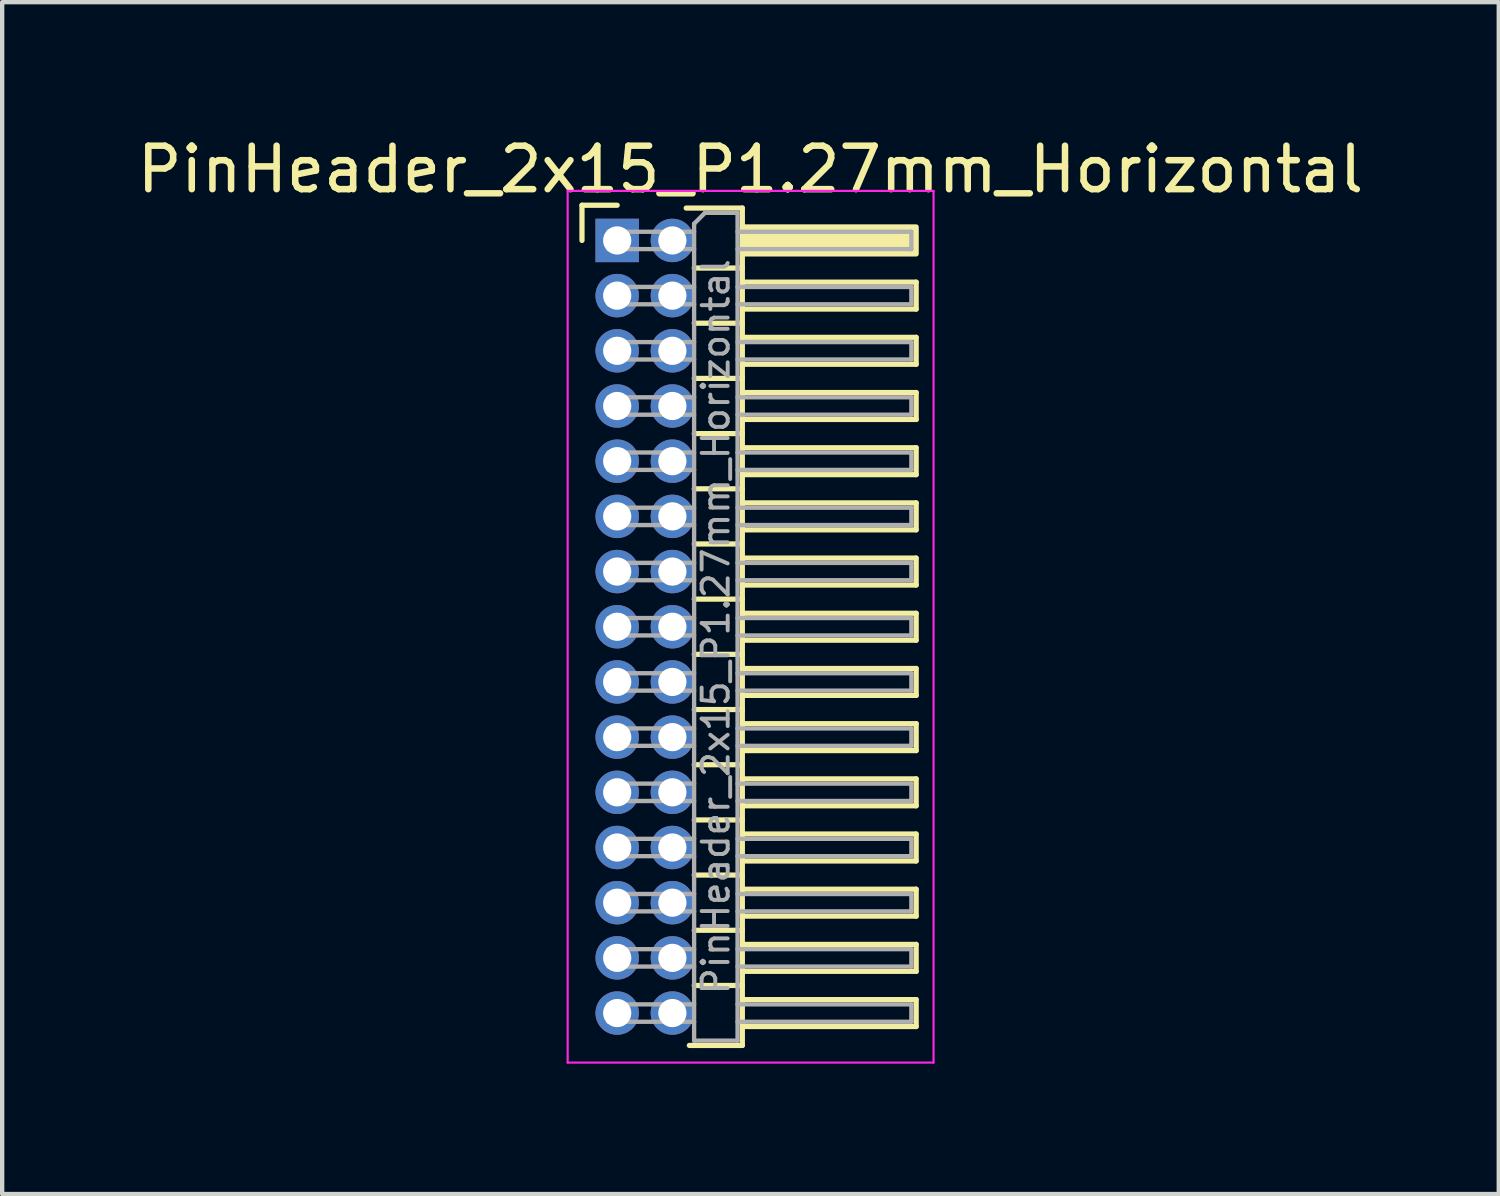
<source format=kicad_pcb>
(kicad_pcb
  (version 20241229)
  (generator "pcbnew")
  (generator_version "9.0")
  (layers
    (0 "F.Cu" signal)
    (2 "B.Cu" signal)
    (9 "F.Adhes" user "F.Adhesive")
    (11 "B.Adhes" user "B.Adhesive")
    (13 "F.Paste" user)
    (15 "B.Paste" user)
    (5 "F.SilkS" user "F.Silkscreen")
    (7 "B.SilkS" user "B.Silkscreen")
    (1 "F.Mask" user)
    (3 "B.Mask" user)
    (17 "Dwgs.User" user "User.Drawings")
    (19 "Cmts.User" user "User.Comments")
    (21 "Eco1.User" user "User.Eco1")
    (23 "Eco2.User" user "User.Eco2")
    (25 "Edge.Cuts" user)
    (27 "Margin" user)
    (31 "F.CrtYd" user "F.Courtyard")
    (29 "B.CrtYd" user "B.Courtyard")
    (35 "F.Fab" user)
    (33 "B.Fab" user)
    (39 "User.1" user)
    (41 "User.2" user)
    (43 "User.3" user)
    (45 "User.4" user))
  (footprint "PinHeader_2x15_P1.27mm_Horizontal"
    (layer "F.Cu")
    (at 11.153 2.483)
    (property "Reference" "PinHeader_2x15_P1.27mm_Horizontal" (at 3.067 -1.635 0) (layer "F.SilkS") (effects (font (size 1 1) (thickness 0.15))))
    (attr through_hole)
    (fp_line (start -0.81 -0.81) (end 0 -0.81) (stroke (width 0.12) (type solid)) (layer "F.SilkS"))
    (fp_line (start -0.81 0) (end -0.81 -0.81) (stroke (width 0.12) (type solid)) (layer "F.SilkS"))
    (fp_line (start 1.588 -0.745) (end 2.88 -0.745) (stroke (width 0.12) (type solid)) (layer "F.SilkS"))
    (fp_line (start 1.773 0.635) (end 2.88 0.635) (stroke (width 0.12) (type solid)) (layer "F.SilkS"))
    (fp_line (start 1.773 1.905) (end 2.88 1.905) (stroke (width 0.12) (type solid)) (layer "F.SilkS"))
    (fp_line (start 1.773 3.175) (end 2.88 3.175) (stroke (width 0.12) (type solid)) (layer "F.SilkS"))
    (fp_line (start 1.773 4.445) (end 2.88 4.445) (stroke (width 0.12) (type solid)) (layer "F.SilkS"))
    (fp_line (start 1.773 5.715) (end 2.88 5.715) (stroke (width 0.12) (type solid)) (layer "F.SilkS"))
    (fp_line (start 1.773 6.985) (end 2.88 6.985) (stroke (width 0.12) (type solid)) (layer "F.SilkS"))
    (fp_line (start 1.773 8.255) (end 2.88 8.255) (stroke (width 0.12) (type solid)) (layer "F.SilkS"))
    (fp_line (start 1.773 9.525) (end 2.88 9.525) (stroke (width 0.12) (type solid)) (layer "F.SilkS"))
    (fp_line (start 1.773 10.795) (end 2.88 10.795) (stroke (width 0.12) (type solid)) (layer "F.SilkS"))
    (fp_line (start 1.773 12.065) (end 2.88 12.065) (stroke (width 0.12) (type solid)) (layer "F.SilkS"))
    (fp_line (start 1.773 13.335) (end 2.88 13.335) (stroke (width 0.12) (type solid)) (layer "F.SilkS"))
    (fp_line (start 1.773 14.605) (end 2.88 14.605) (stroke (width 0.12) (type solid)) (layer "F.SilkS"))
    (fp_line (start 1.773 15.875) (end 2.88 15.875) (stroke (width 0.12) (type solid)) (layer "F.SilkS"))
    (fp_line (start 1.773 17.145) (end 2.88 17.145) (stroke (width 0.12) (type solid)) (layer "F.SilkS"))
    (fp_line (start 2.88 -0.745) (end 2.88 18.525) (stroke (width 0.12) (type solid)) (layer "F.SilkS"))
    (fp_line (start 2.88 0.96) (end 6.88 0.96) (stroke (width 0.12) (type solid)) (layer "F.SilkS"))
    (fp_line (start 2.88 2.23) (end 6.88 2.23) (stroke (width 0.12) (type solid)) (layer "F.SilkS"))
    (fp_line (start 2.88 3.5) (end 6.88 3.5) (stroke (width 0.12) (type solid)) (layer "F.SilkS"))
    (fp_line (start 2.88 4.77) (end 6.88 4.77) (stroke (width 0.12) (type solid)) (layer "F.SilkS"))
    (fp_line (start 2.88 6.04) (end 6.88 6.04) (stroke (width 0.12) (type solid)) (layer "F.SilkS"))
    (fp_line (start 2.88 7.31) (end 6.88 7.31) (stroke (width 0.12) (type solid)) (layer "F.SilkS"))
    (fp_line (start 2.88 8.58) (end 6.88 8.58) (stroke (width 0.12) (type solid)) (layer "F.SilkS"))
    (fp_line (start 2.88 9.85) (end 6.88 9.85) (stroke (width 0.12) (type solid)) (layer "F.SilkS"))
    (fp_line (start 2.88 11.12) (end 6.88 11.12) (stroke (width 0.12) (type solid)) (layer "F.SilkS"))
    (fp_line (start 2.88 12.39) (end 6.88 12.39) (stroke (width 0.12) (type solid)) (layer "F.SilkS"))
    (fp_line (start 2.88 13.66) (end 6.88 13.66) (stroke (width 0.12) (type solid)) (layer "F.SilkS"))
    (fp_line (start 2.88 14.93) (end 6.88 14.93) (stroke (width 0.12) (type solid)) (layer "F.SilkS"))
    (fp_line (start 2.88 16.2) (end 6.88 16.2) (stroke (width 0.12) (type solid)) (layer "F.SilkS"))
    (fp_line (start 2.88 17.47) (end 6.88 17.47) (stroke (width 0.12) (type solid)) (layer "F.SilkS"))
    (fp_line (start 2.88 18.525) (end 1.66 18.525) (stroke (width 0.12) (type solid)) (layer "F.SilkS"))
    (fp_line (start 6.88 0.96) (end 6.88 1.58) (stroke (width 0.12) (type solid)) (layer "F.SilkS"))
    (fp_line (start 6.88 1.58) (end 2.88 1.58) (stroke (width 0.12) (type solid)) (layer "F.SilkS"))
    (fp_line (start 6.88 2.23) (end 6.88 2.85) (stroke (width 0.12) (type solid)) (layer "F.SilkS"))
    (fp_line (start 6.88 2.85) (end 2.88 2.85) (stroke (width 0.12) (type solid)) (layer "F.SilkS"))
    (fp_line (start 6.88 3.5) (end 6.88 4.12) (stroke (width 0.12) (type solid)) (layer "F.SilkS"))
    (fp_line (start 6.88 4.12) (end 2.88 4.12) (stroke (width 0.12) (type solid)) (layer "F.SilkS"))
    (fp_line (start 6.88 4.77) (end 6.88 5.39) (stroke (width 0.12) (type solid)) (layer "F.SilkS"))
    (fp_line (start 6.88 5.39) (end 2.88 5.39) (stroke (width 0.12) (type solid)) (layer "F.SilkS"))
    (fp_line (start 6.88 6.04) (end 6.88 6.66) (stroke (width 0.12) (type solid)) (layer "F.SilkS"))
    (fp_line (start 6.88 6.66) (end 2.88 6.66) (stroke (width 0.12) (type solid)) (layer "F.SilkS"))
    (fp_line (start 6.88 7.31) (end 6.88 7.93) (stroke (width 0.12) (type solid)) (layer "F.SilkS"))
    (fp_line (start 6.88 7.93) (end 2.88 7.93) (stroke (width 0.12) (type solid)) (layer "F.SilkS"))
    (fp_line (start 6.88 8.58) (end 6.88 9.2) (stroke (width 0.12) (type solid)) (layer "F.SilkS"))
    (fp_line (start 6.88 9.2) (end 2.88 9.2) (stroke (width 0.12) (type solid)) (layer "F.SilkS"))
    (fp_line (start 6.88 9.85) (end 6.88 10.47) (stroke (width 0.12) (type solid)) (layer "F.SilkS"))
    (fp_line (start 6.88 10.47) (end 2.88 10.47) (stroke (width 0.12) (type solid)) (layer "F.SilkS"))
    (fp_line (start 6.88 11.12) (end 6.88 11.74) (stroke (width 0.12) (type solid)) (layer "F.SilkS"))
    (fp_line (start 6.88 11.74) (end 2.88 11.74) (stroke (width 0.12) (type solid)) (layer "F.SilkS"))
    (fp_line (start 6.88 12.39) (end 6.88 13.01) (stroke (width 0.12) (type solid)) (layer "F.SilkS"))
    (fp_line (start 6.88 13.01) (end 2.88 13.01) (stroke (width 0.12) (type solid)) (layer "F.SilkS"))
    (fp_line (start 6.88 13.66) (end 6.88 14.28) (stroke (width 0.12) (type solid)) (layer "F.SilkS"))
    (fp_line (start 6.88 14.28) (end 2.88 14.28) (stroke (width 0.12) (type solid)) (layer "F.SilkS"))
    (fp_line (start 6.88 14.93) (end 6.88 15.55) (stroke (width 0.12) (type solid)) (layer "F.SilkS"))
    (fp_line (start 6.88 15.55) (end 2.88 15.55) (stroke (width 0.12) (type solid)) (layer "F.SilkS"))
    (fp_line (start 6.88 16.2) (end 6.88 16.82) (stroke (width 0.12) (type solid)) (layer "F.SilkS"))
    (fp_line (start 6.88 16.82) (end 2.88 16.82) (stroke (width 0.12) (type solid)) (layer "F.SilkS"))
    (fp_line (start 6.88 17.47) (end 6.88 18.09) (stroke (width 0.12) (type solid)) (layer "F.SilkS"))
    (fp_line (start 6.88 18.09) (end 2.88 18.09) (stroke (width 0.12) (type solid)) (layer "F.SilkS"))
    (fp_rect (start 2.88 -0.31) (end 6.88 0.31) (stroke (width 0.12) (type solid)) (fill yes) (layer "F.SilkS"))
    (fp_line (start -1.14 -1.14) (end -1.14 18.92) (stroke (width 0.05) (type solid)) (layer "F.CrtYd"))
    (fp_line (start -1.14 18.92) (end 7.28 18.92) (stroke (width 0.05) (type solid)) (layer "F.CrtYd"))
    (fp_line (start 7.28 -1.14) (end -1.14 -1.14) (stroke (width 0.05) (type solid)) (layer "F.CrtYd"))
    (fp_line (start 7.28 18.92) (end 7.28 -1.14) (stroke (width 0.05) (type solid)) (layer "F.CrtYd"))
    (fp_line (start -0.2 -0.2) (end -0.2 0.2) (stroke (width 0.1) (type solid)) (layer "F.Fab"))
    (fp_line (start -0.2 -0.2) (end 1.77 -0.2) (stroke (width 0.1) (type solid)) (layer "F.Fab"))
    (fp_line (start -0.2 0.2) (end 1.77 0.2) (stroke (width 0.1) (type solid)) (layer "F.Fab"))
    (fp_line (start -0.2 1.07) (end -0.2 1.47) (stroke (width 0.1) (type solid)) (layer "F.Fab"))
    (fp_line (start -0.2 1.07) (end 1.77 1.07) (stroke (width 0.1) (type solid)) (layer "F.Fab"))
    (fp_line (start -0.2 1.47) (end 1.77 1.47) (stroke (width 0.1) (type solid)) (layer "F.Fab"))
    (fp_line (start -0.2 2.34) (end -0.2 2.74) (stroke (width 0.1) (type solid)) (layer "F.Fab"))
    (fp_line (start -0.2 2.34) (end 1.77 2.34) (stroke (width 0.1) (type solid)) (layer "F.Fab"))
    (fp_line (start -0.2 2.74) (end 1.77 2.74) (stroke (width 0.1) (type solid)) (layer "F.Fab"))
    (fp_line (start -0.2 3.61) (end -0.2 4.01) (stroke (width 0.1) (type solid)) (layer "F.Fab"))
    (fp_line (start -0.2 3.61) (end 1.77 3.61) (stroke (width 0.1) (type solid)) (layer "F.Fab"))
    (fp_line (start -0.2 4.01) (end 1.77 4.01) (stroke (width 0.1) (type solid)) (layer "F.Fab"))
    (fp_line (start -0.2 4.88) (end -0.2 5.28) (stroke (width 0.1) (type solid)) (layer "F.Fab"))
    (fp_line (start -0.2 4.88) (end 1.77 4.88) (stroke (width 0.1) (type solid)) (layer "F.Fab"))
    (fp_line (start -0.2 5.28) (end 1.77 5.28) (stroke (width 0.1) (type solid)) (layer "F.Fab"))
    (fp_line (start -0.2 6.15) (end -0.2 6.55) (stroke (width 0.1) (type solid)) (layer "F.Fab"))
    (fp_line (start -0.2 6.15) (end 1.77 6.15) (stroke (width 0.1) (type solid)) (layer "F.Fab"))
    (fp_line (start -0.2 6.55) (end 1.77 6.55) (stroke (width 0.1) (type solid)) (layer "F.Fab"))
    (fp_line (start -0.2 7.42) (end -0.2 7.82) (stroke (width 0.1) (type solid)) (layer "F.Fab"))
    (fp_line (start -0.2 7.42) (end 1.77 7.42) (stroke (width 0.1) (type solid)) (layer "F.Fab"))
    (fp_line (start -0.2 7.82) (end 1.77 7.82) (stroke (width 0.1) (type solid)) (layer "F.Fab"))
    (fp_line (start -0.2 8.69) (end -0.2 9.09) (stroke (width 0.1) (type solid)) (layer "F.Fab"))
    (fp_line (start -0.2 8.69) (end 1.77 8.69) (stroke (width 0.1) (type solid)) (layer "F.Fab"))
    (fp_line (start -0.2 9.09) (end 1.77 9.09) (stroke (width 0.1) (type solid)) (layer "F.Fab"))
    (fp_line (start -0.2 9.96) (end -0.2 10.36) (stroke (width 0.1) (type solid)) (layer "F.Fab"))
    (fp_line (start -0.2 9.96) (end 1.77 9.96) (stroke (width 0.1) (type solid)) (layer "F.Fab"))
    (fp_line (start -0.2 10.36) (end 1.77 10.36) (stroke (width 0.1) (type solid)) (layer "F.Fab"))
    (fp_line (start -0.2 11.23) (end -0.2 11.63) (stroke (width 0.1) (type solid)) (layer "F.Fab"))
    (fp_line (start -0.2 11.23) (end 1.77 11.23) (stroke (width 0.1) (type solid)) (layer "F.Fab"))
    (fp_line (start -0.2 11.63) (end 1.77 11.63) (stroke (width 0.1) (type solid)) (layer "F.Fab"))
    (fp_line (start -0.2 12.5) (end -0.2 12.9) (stroke (width 0.1) (type solid)) (layer "F.Fab"))
    (fp_line (start -0.2 12.5) (end 1.77 12.5) (stroke (width 0.1) (type solid)) (layer "F.Fab"))
    (fp_line (start -0.2 12.9) (end 1.77 12.9) (stroke (width 0.1) (type solid)) (layer "F.Fab"))
    (fp_line (start -0.2 13.77) (end -0.2 14.17) (stroke (width 0.1) (type solid)) (layer "F.Fab"))
    (fp_line (start -0.2 13.77) (end 1.77 13.77) (stroke (width 0.1) (type solid)) (layer "F.Fab"))
    (fp_line (start -0.2 14.17) (end 1.77 14.17) (stroke (width 0.1) (type solid)) (layer "F.Fab"))
    (fp_line (start -0.2 15.04) (end -0.2 15.44) (stroke (width 0.1) (type solid)) (layer "F.Fab"))
    (fp_line (start -0.2 15.04) (end 1.77 15.04) (stroke (width 0.1) (type solid)) (layer "F.Fab"))
    (fp_line (start -0.2 15.44) (end 1.77 15.44) (stroke (width 0.1) (type solid)) (layer "F.Fab"))
    (fp_line (start -0.2 16.31) (end -0.2 16.71) (stroke (width 0.1) (type solid)) (layer "F.Fab"))
    (fp_line (start -0.2 16.31) (end 1.77 16.31) (stroke (width 0.1) (type solid)) (layer "F.Fab"))
    (fp_line (start -0.2 16.71) (end 1.77 16.71) (stroke (width 0.1) (type solid)) (layer "F.Fab"))
    (fp_line (start -0.2 17.58) (end -0.2 17.98) (stroke (width 0.1) (type solid)) (layer "F.Fab"))
    (fp_line (start -0.2 17.58) (end 1.77 17.58) (stroke (width 0.1) (type solid)) (layer "F.Fab"))
    (fp_line (start -0.2 17.98) (end 1.77 17.98) (stroke (width 0.1) (type solid)) (layer "F.Fab"))
    (fp_line (start 1.77 -0.385) (end 2.02 -0.635) (stroke (width 0.1) (type solid)) (layer "F.Fab"))
    (fp_line (start 1.77 18.415) (end 1.77 -0.385) (stroke (width 0.1) (type solid)) (layer "F.Fab"))
    (fp_line (start 2.02 -0.635) (end 2.77 -0.635) (stroke (width 0.1) (type solid)) (layer "F.Fab"))
    (fp_line (start 2.77 -0.635) (end 2.77 18.415) (stroke (width 0.1) (type solid)) (layer "F.Fab"))
    (fp_line (start 2.77 -0.2) (end 6.77 -0.2) (stroke (width 0.1) (type solid)) (layer "F.Fab"))
    (fp_line (start 2.77 0.2) (end 6.77 0.2) (stroke (width 0.1) (type solid)) (layer "F.Fab"))
    (fp_line (start 2.77 1.07) (end 6.77 1.07) (stroke (width 0.1) (type solid)) (layer "F.Fab"))
    (fp_line (start 2.77 1.47) (end 6.77 1.47) (stroke (width 0.1) (type solid)) (layer "F.Fab"))
    (fp_line (start 2.77 2.34) (end 6.77 2.34) (stroke (width 0.1) (type solid)) (layer "F.Fab"))
    (fp_line (start 2.77 2.74) (end 6.77 2.74) (stroke (width 0.1) (type solid)) (layer "F.Fab"))
    (fp_line (start 2.77 3.61) (end 6.77 3.61) (stroke (width 0.1) (type solid)) (layer "F.Fab"))
    (fp_line (start 2.77 4.01) (end 6.77 4.01) (stroke (width 0.1) (type solid)) (layer "F.Fab"))
    (fp_line (start 2.77 4.88) (end 6.77 4.88) (stroke (width 0.1) (type solid)) (layer "F.Fab"))
    (fp_line (start 2.77 5.28) (end 6.77 5.28) (stroke (width 0.1) (type solid)) (layer "F.Fab"))
    (fp_line (start 2.77 6.15) (end 6.77 6.15) (stroke (width 0.1) (type solid)) (layer "F.Fab"))
    (fp_line (start 2.77 6.55) (end 6.77 6.55) (stroke (width 0.1) (type solid)) (layer "F.Fab"))
    (fp_line (start 2.77 7.42) (end 6.77 7.42) (stroke (width 0.1) (type solid)) (layer "F.Fab"))
    (fp_line (start 2.77 7.82) (end 6.77 7.82) (stroke (width 0.1) (type solid)) (layer "F.Fab"))
    (fp_line (start 2.77 8.69) (end 6.77 8.69) (stroke (width 0.1) (type solid)) (layer "F.Fab"))
    (fp_line (start 2.77 9.09) (end 6.77 9.09) (stroke (width 0.1) (type solid)) (layer "F.Fab"))
    (fp_line (start 2.77 9.96) (end 6.77 9.96) (stroke (width 0.1) (type solid)) (layer "F.Fab"))
    (fp_line (start 2.77 10.36) (end 6.77 10.36) (stroke (width 0.1) (type solid)) (layer "F.Fab"))
    (fp_line (start 2.77 11.23) (end 6.77 11.23) (stroke (width 0.1) (type solid)) (layer "F.Fab"))
    (fp_line (start 2.77 11.63) (end 6.77 11.63) (stroke (width 0.1) (type solid)) (layer "F.Fab"))
    (fp_line (start 2.77 12.5) (end 6.77 12.5) (stroke (width 0.1) (type solid)) (layer "F.Fab"))
    (fp_line (start 2.77 12.9) (end 6.77 12.9) (stroke (width 0.1) (type solid)) (layer "F.Fab"))
    (fp_line (start 2.77 13.77) (end 6.77 13.77) (stroke (width 0.1) (type solid)) (layer "F.Fab"))
    (fp_line (start 2.77 14.17) (end 6.77 14.17) (stroke (width 0.1) (type solid)) (layer "F.Fab"))
    (fp_line (start 2.77 15.04) (end 6.77 15.04) (stroke (width 0.1) (type solid)) (layer "F.Fab"))
    (fp_line (start 2.77 15.44) (end 6.77 15.44) (stroke (width 0.1) (type solid)) (layer "F.Fab"))
    (fp_line (start 2.77 16.31) (end 6.77 16.31) (stroke (width 0.1) (type solid)) (layer "F.Fab"))
    (fp_line (start 2.77 16.71) (end 6.77 16.71) (stroke (width 0.1) (type solid)) (layer "F.Fab"))
    (fp_line (start 2.77 17.58) (end 6.77 17.58) (stroke (width 0.1) (type solid)) (layer "F.Fab"))
    (fp_line (start 2.77 17.98) (end 6.77 17.98) (stroke (width 0.1) (type solid)) (layer "F.Fab"))
    (fp_line (start 2.77 18.415) (end 1.77 18.415) (stroke (width 0.1) (type solid)) (layer "F.Fab"))
    (fp_line (start 6.77 -0.2) (end 6.77 0.2) (stroke (width 0.1) (type solid)) (layer "F.Fab"))
    (fp_line (start 6.77 1.07) (end 6.77 1.47) (stroke (width 0.1) (type solid)) (layer "F.Fab"))
    (fp_line (start 6.77 2.34) (end 6.77 2.74) (stroke (width 0.1) (type solid)) (layer "F.Fab"))
    (fp_line (start 6.77 3.61) (end 6.77 4.01) (stroke (width 0.1) (type solid)) (layer "F.Fab"))
    (fp_line (start 6.77 4.88) (end 6.77 5.28) (stroke (width 0.1) (type solid)) (layer "F.Fab"))
    (fp_line (start 6.77 6.15) (end 6.77 6.55) (stroke (width 0.1) (type solid)) (layer "F.Fab"))
    (fp_line (start 6.77 7.42) (end 6.77 7.82) (stroke (width 0.1) (type solid)) (layer "F.Fab"))
    (fp_line (start 6.77 8.69) (end 6.77 9.09) (stroke (width 0.1) (type solid)) (layer "F.Fab"))
    (fp_line (start 6.77 9.96) (end 6.77 10.36) (stroke (width 0.1) (type solid)) (layer "F.Fab"))
    (fp_line (start 6.77 11.23) (end 6.77 11.63) (stroke (width 0.1) (type solid)) (layer "F.Fab"))
    (fp_line (start 6.77 12.5) (end 6.77 12.9) (stroke (width 0.1) (type solid)) (layer "F.Fab"))
    (fp_line (start 6.77 13.77) (end 6.77 14.17) (stroke (width 0.1) (type solid)) (layer "F.Fab"))
    (fp_line (start 6.77 15.04) (end 6.77 15.44) (stroke (width 0.1) (type solid)) (layer "F.Fab"))
    (fp_line (start 6.77 16.31) (end 6.77 16.71) (stroke (width 0.1) (type solid)) (layer "F.Fab"))
    (fp_line (start 6.77 17.58) (end 6.77 17.98) (stroke (width 0.1) (type solid)) (layer "F.Fab"))
    (fp_text user "${REFERENCE}" (at 2.27 8.89 90) (layer "F.Fab") (effects (font (size 0.6 0.6) (thickness 0.09))))
    (pad "1" thru_hole rect (at 0 0) (size 1 1) (drill 0.65) (layers "*.Cu" "*.Mask"))
    (pad "2" thru_hole circle (at 1.27 0) (size 1 1) (drill 0.65) (layers "*.Cu" "*.Mask"))
    (pad "3" thru_hole circle (at 0 1.27) (size 1 1) (drill 0.65) (layers "*.Cu" "*.Mask"))
    (pad "4" thru_hole circle (at 1.27 1.27) (size 1 1) (drill 0.65) (layers "*.Cu" "*.Mask"))
    (pad "5" thru_hole circle (at 0 2.54) (size 1 1) (drill 0.65) (layers "*.Cu" "*.Mask"))
    (pad "6" thru_hole circle (at 1.27 2.54) (size 1 1) (drill 0.65) (layers "*.Cu" "*.Mask"))
    (pad "7" thru_hole circle (at 0 3.81) (size 1 1) (drill 0.65) (layers "*.Cu" "*.Mask"))
    (pad "8" thru_hole circle (at 1.27 3.81) (size 1 1) (drill 0.65) (layers "*.Cu" "*.Mask"))
    (pad "9" thru_hole circle (at 0 5.08) (size 1 1) (drill 0.65) (layers "*.Cu" "*.Mask"))
    (pad "10" thru_hole circle (at 1.27 5.08) (size 1 1) (drill 0.65) (layers "*.Cu" "*.Mask"))
    (pad "11" thru_hole circle (at 0 6.35) (size 1 1) (drill 0.65) (layers "*.Cu" "*.Mask"))
    (pad "12" thru_hole circle (at 1.27 6.35) (size 1 1) (drill 0.65) (layers "*.Cu" "*.Mask"))
    (pad "13" thru_hole circle (at 0 7.62) (size 1 1) (drill 0.65) (layers "*.Cu" "*.Mask"))
    (pad "14" thru_hole circle (at 1.27 7.62) (size 1 1) (drill 0.65) (layers "*.Cu" "*.Mask"))
    (pad "15" thru_hole circle (at 0 8.89) (size 1 1) (drill 0.65) (layers "*.Cu" "*.Mask"))
    (pad "16" thru_hole circle (at 1.27 8.89) (size 1 1) (drill 0.65) (layers "*.Cu" "*.Mask"))
    (pad "17" thru_hole circle (at 0 10.16) (size 1 1) (drill 0.65) (layers "*.Cu" "*.Mask"))
    (pad "18" thru_hole circle (at 1.27 10.16) (size 1 1) (drill 0.65) (layers "*.Cu" "*.Mask"))
    (pad "19" thru_hole circle (at 0 11.43) (size 1 1) (drill 0.65) (layers "*.Cu" "*.Mask"))
    (pad "20" thru_hole circle (at 1.27 11.43) (size 1 1) (drill 0.65) (layers "*.Cu" "*.Mask"))
    (pad "21" thru_hole circle (at 0 12.7) (size 1 1) (drill 0.65) (layers "*.Cu" "*.Mask"))
    (pad "22" thru_hole circle (at 1.27 12.7) (size 1 1) (drill 0.65) (layers "*.Cu" "*.Mask"))
    (pad "23" thru_hole circle (at 0 13.97) (size 1 1) (drill 0.65) (layers "*.Cu" "*.Mask"))
    (pad "24" thru_hole circle (at 1.27 13.97) (size 1 1) (drill 0.65) (layers "*.Cu" "*.Mask"))
    (pad "25" thru_hole circle (at 0 15.24) (size 1 1) (drill 0.65) (layers "*.Cu" "*.Mask"))
    (pad "26" thru_hole circle (at 1.27 15.24) (size 1 1) (drill 0.65) (layers "*.Cu" "*.Mask"))
    (pad "27" thru_hole circle (at 0 16.51) (size 1 1) (drill 0.65) (layers "*.Cu" "*.Mask"))
    (pad "28" thru_hole circle (at 1.27 16.51) (size 1 1) (drill 0.65) (layers "*.Cu" "*.Mask"))
    (pad "29" thru_hole circle (at 0 17.78) (size 1 1) (drill 0.65) (layers "*.Cu" "*.Mask"))
    (pad "30" thru_hole circle (at 1.27 17.78) (size 1 1) (drill 0.65) (layers "*.Cu" "*.Mask")))
  (gr_rect
    (start -3 -3)
    (end 31.44 24.428)
    (stroke (width 0.1) (type default))
    (fill no)
    (layer "Edge.Cuts")))
</source>
